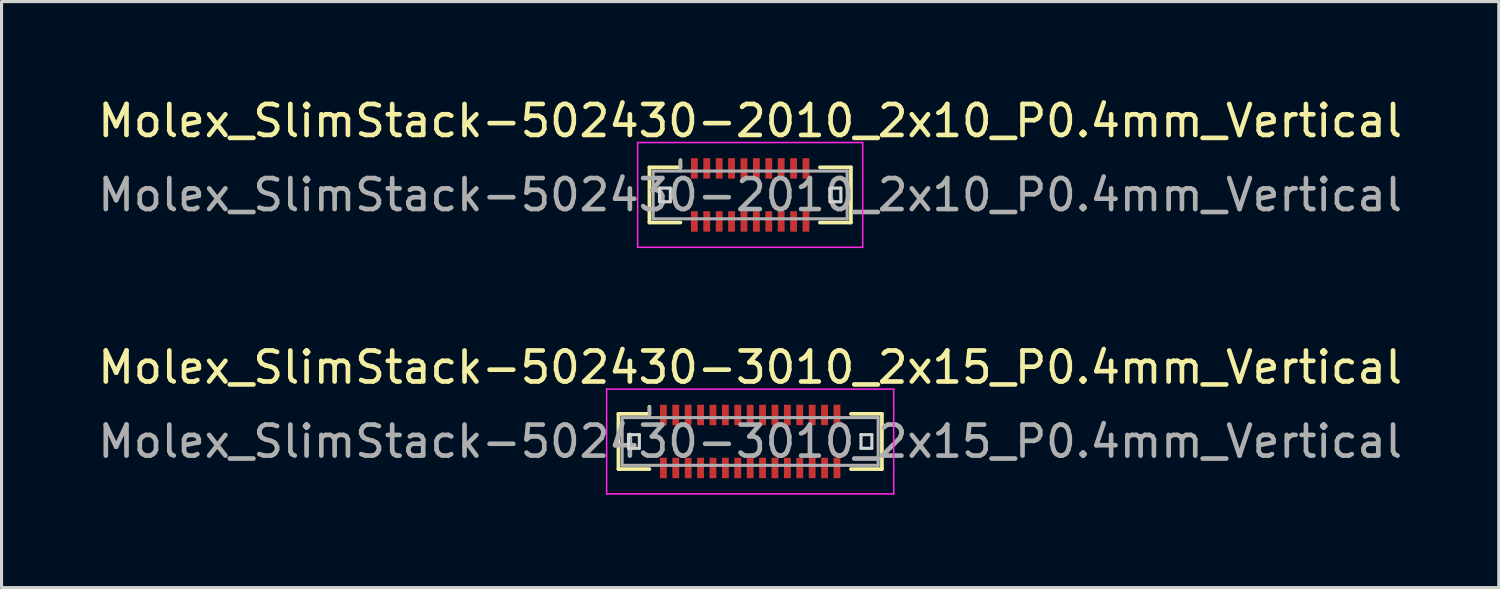
<source format=kicad_pcb>
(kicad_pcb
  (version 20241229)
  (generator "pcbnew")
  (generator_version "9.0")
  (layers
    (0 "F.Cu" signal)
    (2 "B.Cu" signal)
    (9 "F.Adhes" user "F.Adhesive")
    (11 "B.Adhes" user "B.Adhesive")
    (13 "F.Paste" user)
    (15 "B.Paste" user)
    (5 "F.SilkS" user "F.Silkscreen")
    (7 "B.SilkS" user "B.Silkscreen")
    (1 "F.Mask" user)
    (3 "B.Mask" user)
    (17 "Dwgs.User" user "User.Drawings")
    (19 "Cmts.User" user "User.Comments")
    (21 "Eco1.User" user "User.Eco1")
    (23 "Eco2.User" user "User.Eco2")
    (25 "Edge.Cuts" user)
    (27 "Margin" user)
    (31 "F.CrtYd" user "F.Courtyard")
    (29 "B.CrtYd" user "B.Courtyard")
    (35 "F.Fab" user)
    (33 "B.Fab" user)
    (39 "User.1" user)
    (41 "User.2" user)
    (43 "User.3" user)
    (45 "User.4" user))
  (footprint "Molex_SlimStack-502430-2010_2x10_P0.4mm_Vertical"
    (layer "F.Cu")
    (at 21.149 3.238)
    (property "Reference" "Molex_SlimStack-502430-2010_2x10_P0.4mm_Vertical" (at 0 -2.39 0) (layer "F.SilkS") (effects (font (size 1 1) (thickness 0.15))))
    (attr smd)
    (fp_line (start -3.25 -0.89) (end -2.25 -0.89) (stroke (width 0.12) (type solid)) (layer "F.SilkS"))
    (fp_line (start -3.25 0.89) (end -3.25 -0.89) (stroke (width 0.12) (type solid)) (layer "F.SilkS"))
    (fp_line (start -2.25 -0.89) (end -2.25 -1.12) (stroke (width 0.12) (type solid)) (layer "F.SilkS"))
    (fp_line (start -2.25 0.89) (end -3.25 0.89) (stroke (width 0.12) (type solid)) (layer "F.SilkS"))
    (fp_line (start 2.25 0.89) (end 3.25 0.89) (stroke (width 0.12) (type solid)) (layer "F.SilkS"))
    (fp_line (start 3.25 -0.89) (end 2.25 -0.89) (stroke (width 0.12) (type solid)) (layer "F.SilkS"))
    (fp_line (start 3.25 0.89) (end 3.25 -0.89) (stroke (width 0.12) (type solid)) (layer "F.SilkS"))
    (fp_line (start -2.925 -0.22) (end -2.925 0.22) (stroke (width 0.1) (type solid)) (layer "Edge.Cuts"))
    (fp_line (start -2.925 0.22) (end -2.575 0.22) (stroke (width 0.1) (type solid)) (layer "Edge.Cuts"))
    (fp_line (start -2.575 -0.22) (end -2.925 -0.22) (stroke (width 0.1) (type solid)) (layer "Edge.Cuts"))
    (fp_line (start -2.575 0.22) (end -2.575 -0.22) (stroke (width 0.1) (type solid)) (layer "Edge.Cuts"))
    (fp_line (start 2.575 -0.22) (end 2.575 0.22) (stroke (width 0.1) (type solid)) (layer "Edge.Cuts"))
    (fp_line (start 2.575 0.22) (end 2.925 0.22) (stroke (width 0.1) (type solid)) (layer "Edge.Cuts"))
    (fp_line (start 2.925 -0.22) (end 2.575 -0.22) (stroke (width 0.1) (type solid)) (layer "Edge.Cuts"))
    (fp_line (start 2.925 0.22) (end 2.925 -0.22) (stroke (width 0.1) (type solid)) (layer "Edge.Cuts"))
    (fp_line (start -3.63 -1.69) (end -3.63 1.69) (stroke (width 0.05) (type solid)) (layer "F.CrtYd"))
    (fp_line (start -3.63 1.69) (end 3.63 1.69) (stroke (width 0.05) (type solid)) (layer "F.CrtYd"))
    (fp_line (start 3.63 -1.69) (end -3.63 -1.69) (stroke (width 0.05) (type solid)) (layer "F.CrtYd"))
    (fp_line (start 3.63 1.69) (end 3.63 -1.69) (stroke (width 0.05) (type solid)) (layer "F.CrtYd"))
    (fp_line (start -3.13 -0.77) (end -3.13 0.77) (stroke (width 0.1) (type solid)) (layer "F.Fab"))
    (fp_line (start -3.13 0.77) (end 3.13 0.77) (stroke (width 0.1) (type solid)) (layer "F.Fab"))
    (fp_line (start -2.25 -0.77) (end -2.25 -1.12) (stroke (width 0.1) (type solid)) (layer "F.Fab"))
    (fp_line (start 3.13 -0.77) (end -3.13 -0.77) (stroke (width 0.1) (type solid)) (layer "F.Fab"))
    (fp_line (start 3.13 0.77) (end 3.13 -0.77) (stroke (width 0.1) (type solid)) (layer "F.Fab"))
    (fp_text user "${REFERENCE}" (at 0 0 0) (layer "F.Fab") (effects (font (size 1 1) (thickness 0.15))))
    (pad "1" smd rect (at -1.8 -0.855) (size 0.22 0.66) (layers "F.Cu" "F.Mask" "F.Paste"))
    (pad "2" smd rect (at -1.8 0.855) (size 0.22 0.66) (layers "F.Cu" "F.Mask" "F.Paste"))
    (pad "3" smd rect (at -1.4 -0.855) (size 0.22 0.66) (layers "F.Cu" "F.Mask" "F.Paste"))
    (pad "4" smd rect (at -1.4 0.855) (size 0.22 0.66) (layers "F.Cu" "F.Mask" "F.Paste"))
    (pad "5" smd rect (at -1 -0.855) (size 0.22 0.66) (layers "F.Cu" "F.Mask" "F.Paste"))
    (pad "6" smd rect (at -1 0.855) (size 0.22 0.66) (layers "F.Cu" "F.Mask" "F.Paste"))
    (pad "7" smd rect (at -0.6 -0.855) (size 0.22 0.66) (layers "F.Cu" "F.Mask" "F.Paste"))
    (pad "8" smd rect (at -0.6 0.855) (size 0.22 0.66) (layers "F.Cu" "F.Mask" "F.Paste"))
    (pad "9" smd rect (at -0.2 -0.855) (size 0.22 0.66) (layers "F.Cu" "F.Mask" "F.Paste"))
    (pad "10" smd rect (at -0.2 0.855) (size 0.22 0.66) (layers "F.Cu" "F.Mask" "F.Paste"))
    (pad "11" smd rect (at 0.2 -0.855) (size 0.22 0.66) (layers "F.Cu" "F.Mask" "F.Paste"))
    (pad "12" smd rect (at 0.2 0.855) (size 0.22 0.66) (layers "F.Cu" "F.Mask" "F.Paste"))
    (pad "13" smd rect (at 0.6 -0.855) (size 0.22 0.66) (layers "F.Cu" "F.Mask" "F.Paste"))
    (pad "14" smd rect (at 0.6 0.855) (size 0.22 0.66) (layers "F.Cu" "F.Mask" "F.Paste"))
    (pad "15" smd rect (at 1 -0.855) (size 0.22 0.66) (layers "F.Cu" "F.Mask" "F.Paste"))
    (pad "16" smd rect (at 1 0.855) (size 0.22 0.66) (layers "F.Cu" "F.Mask" "F.Paste"))
    (pad "17" smd rect (at 1.4 -0.855) (size 0.22 0.66) (layers "F.Cu" "F.Mask" "F.Paste"))
    (pad "18" smd rect (at 1.4 0.855) (size 0.22 0.66) (layers "F.Cu" "F.Mask" "F.Paste"))
    (pad "19" smd rect (at 1.8 -0.855) (size 0.22 0.66) (layers "F.Cu" "F.Mask" "F.Paste"))
    (pad "20" smd rect (at 1.8 0.855) (size 0.22 0.66) (layers "F.Cu" "F.Mask" "F.Paste")))
  (footprint "Molex_SlimStack-502430-3010_2x15_P0.4mm_Vertical"
    (layer "F.Cu")
    (at 21.149 11.191)
    (property "Reference" "Molex_SlimStack-502430-3010_2x15_P0.4mm_Vertical" (at 0 -2.39 0) (layer "F.SilkS") (effects (font (size 1 1) (thickness 0.15))))
    (attr smd)
    (fp_line (start -4.25 -0.89) (end -3.25 -0.89) (stroke (width 0.12) (type solid)) (layer "F.SilkS"))
    (fp_line (start -4.25 0.89) (end -4.25 -0.89) (stroke (width 0.12) (type solid)) (layer "F.SilkS"))
    (fp_line (start -3.25 -0.89) (end -3.25 -1.12) (stroke (width 0.12) (type solid)) (layer "F.SilkS"))
    (fp_line (start -3.25 0.89) (end -4.25 0.89) (stroke (width 0.12) (type solid)) (layer "F.SilkS"))
    (fp_line (start 3.25 0.89) (end 4.25 0.89) (stroke (width 0.12) (type solid)) (layer "F.SilkS"))
    (fp_line (start 4.25 -0.89) (end 3.25 -0.89) (stroke (width 0.12) (type solid)) (layer "F.SilkS"))
    (fp_line (start 4.25 0.89) (end 4.25 -0.89) (stroke (width 0.12) (type solid)) (layer "F.SilkS"))
    (fp_line (start -3.925 -0.22) (end -3.925 0.22) (stroke (width 0.1) (type solid)) (layer "Edge.Cuts"))
    (fp_line (start -3.925 0.22) (end -3.575 0.22) (stroke (width 0.1) (type solid)) (layer "Edge.Cuts"))
    (fp_line (start -3.575 -0.22) (end -3.925 -0.22) (stroke (width 0.1) (type solid)) (layer "Edge.Cuts"))
    (fp_line (start -3.575 0.22) (end -3.575 -0.22) (stroke (width 0.1) (type solid)) (layer "Edge.Cuts"))
    (fp_line (start 3.575 -0.22) (end 3.575 0.22) (stroke (width 0.1) (type solid)) (layer "Edge.Cuts"))
    (fp_line (start 3.575 0.22) (end 3.925 0.22) (stroke (width 0.1) (type solid)) (layer "Edge.Cuts"))
    (fp_line (start 3.925 -0.22) (end 3.575 -0.22) (stroke (width 0.1) (type solid)) (layer "Edge.Cuts"))
    (fp_line (start 3.925 0.22) (end 3.925 -0.22) (stroke (width 0.1) (type solid)) (layer "Edge.Cuts"))
    (fp_line (start -4.63 -1.69) (end -4.63 1.69) (stroke (width 0.05) (type solid)) (layer "F.CrtYd"))
    (fp_line (start -4.63 1.69) (end 4.63 1.69) (stroke (width 0.05) (type solid)) (layer "F.CrtYd"))
    (fp_line (start 4.63 -1.69) (end -4.63 -1.69) (stroke (width 0.05) (type solid)) (layer "F.CrtYd"))
    (fp_line (start 4.63 1.69) (end 4.63 -1.69) (stroke (width 0.05) (type solid)) (layer "F.CrtYd"))
    (fp_line (start -4.13 -0.77) (end -4.13 0.77) (stroke (width 0.1) (type solid)) (layer "F.Fab"))
    (fp_line (start -4.13 0.77) (end 4.13 0.77) (stroke (width 0.1) (type solid)) (layer "F.Fab"))
    (fp_line (start -3.25 -0.77) (end -3.25 -1.12) (stroke (width 0.1) (type solid)) (layer "F.Fab"))
    (fp_line (start 4.13 -0.77) (end -4.13 -0.77) (stroke (width 0.1) (type solid)) (layer "F.Fab"))
    (fp_line (start 4.13 0.77) (end 4.13 -0.77) (stroke (width 0.1) (type solid)) (layer "F.Fab"))
    (fp_text user "${REFERENCE}" (at 0 0 0) (layer "F.Fab") (effects (font (size 1 1) (thickness 0.15))))
    (pad "1" smd rect (at -2.8 -0.855) (size 0.22 0.66) (layers "F.Cu" "F.Mask" "F.Paste"))
    (pad "2" smd rect (at -2.8 0.855) (size 0.22 0.66) (layers "F.Cu" "F.Mask" "F.Paste"))
    (pad "3" smd rect (at -2.4 -0.855) (size 0.22 0.66) (layers "F.Cu" "F.Mask" "F.Paste"))
    (pad "4" smd rect (at -2.4 0.855) (size 0.22 0.66) (layers "F.Cu" "F.Mask" "F.Paste"))
    (pad "5" smd rect (at -2 -0.855) (size 0.22 0.66) (layers "F.Cu" "F.Mask" "F.Paste"))
    (pad "6" smd rect (at -2 0.855) (size 0.22 0.66) (layers "F.Cu" "F.Mask" "F.Paste"))
    (pad "7" smd rect (at -1.6 -0.855) (size 0.22 0.66) (layers "F.Cu" "F.Mask" "F.Paste"))
    (pad "8" smd rect (at -1.6 0.855) (size 0.22 0.66) (layers "F.Cu" "F.Mask" "F.Paste"))
    (pad "9" smd rect (at -1.2 -0.855) (size 0.22 0.66) (layers "F.Cu" "F.Mask" "F.Paste"))
    (pad "10" smd rect (at -1.2 0.855) (size 0.22 0.66) (layers "F.Cu" "F.Mask" "F.Paste"))
    (pad "11" smd rect (at -0.8 -0.855) (size 0.22 0.66) (layers "F.Cu" "F.Mask" "F.Paste"))
    (pad "12" smd rect (at -0.8 0.855) (size 0.22 0.66) (layers "F.Cu" "F.Mask" "F.Paste"))
    (pad "13" smd rect (at -0.4 -0.855) (size 0.22 0.66) (layers "F.Cu" "F.Mask" "F.Paste"))
    (pad "14" smd rect (at -0.4 0.855) (size 0.22 0.66) (layers "F.Cu" "F.Mask" "F.Paste"))
    (pad "15" smd rect (at 0 -0.855) (size 0.22 0.66) (layers "F.Cu" "F.Mask" "F.Paste"))
    (pad "16" smd rect (at 0 0.855) (size 0.22 0.66) (layers "F.Cu" "F.Mask" "F.Paste"))
    (pad "17" smd rect (at 0.4 -0.855) (size 0.22 0.66) (layers "F.Cu" "F.Mask" "F.Paste"))
    (pad "18" smd rect (at 0.4 0.855) (size 0.22 0.66) (layers "F.Cu" "F.Mask" "F.Paste"))
    (pad "19" smd rect (at 0.8 -0.855) (size 0.22 0.66) (layers "F.Cu" "F.Mask" "F.Paste"))
    (pad "20" smd rect (at 0.8 0.855) (size 0.22 0.66) (layers "F.Cu" "F.Mask" "F.Paste"))
    (pad "21" smd rect (at 1.2 -0.855) (size 0.22 0.66) (layers "F.Cu" "F.Mask" "F.Paste"))
    (pad "22" smd rect (at 1.2 0.855) (size 0.22 0.66) (layers "F.Cu" "F.Mask" "F.Paste"))
    (pad "23" smd rect (at 1.6 -0.855) (size 0.22 0.66) (layers "F.Cu" "F.Mask" "F.Paste"))
    (pad "24" smd rect (at 1.6 0.855) (size 0.22 0.66) (layers "F.Cu" "F.Mask" "F.Paste"))
    (pad "25" smd rect (at 2 -0.855) (size 0.22 0.66) (layers "F.Cu" "F.Mask" "F.Paste"))
    (pad "26" smd rect (at 2 0.855) (size 0.22 0.66) (layers "F.Cu" "F.Mask" "F.Paste"))
    (pad "27" smd rect (at 2.4 -0.855) (size 0.22 0.66) (layers "F.Cu" "F.Mask" "F.Paste"))
    (pad "28" smd rect (at 2.4 0.855) (size 0.22 0.66) (layers "F.Cu" "F.Mask" "F.Paste"))
    (pad "29" smd rect (at 2.8 -0.855) (size 0.22 0.66) (layers "F.Cu" "F.Mask" "F.Paste"))
    (pad "30" smd rect (at 2.8 0.855) (size 0.22 0.66) (layers "F.Cu" "F.Mask" "F.Paste")))
  (gr_rect
    (start -3 -3)
    (end 45.298 15.906)
    (stroke (width 0.1) (type default))
    (fill no)
    (layer "Edge.Cuts")))
</source>
